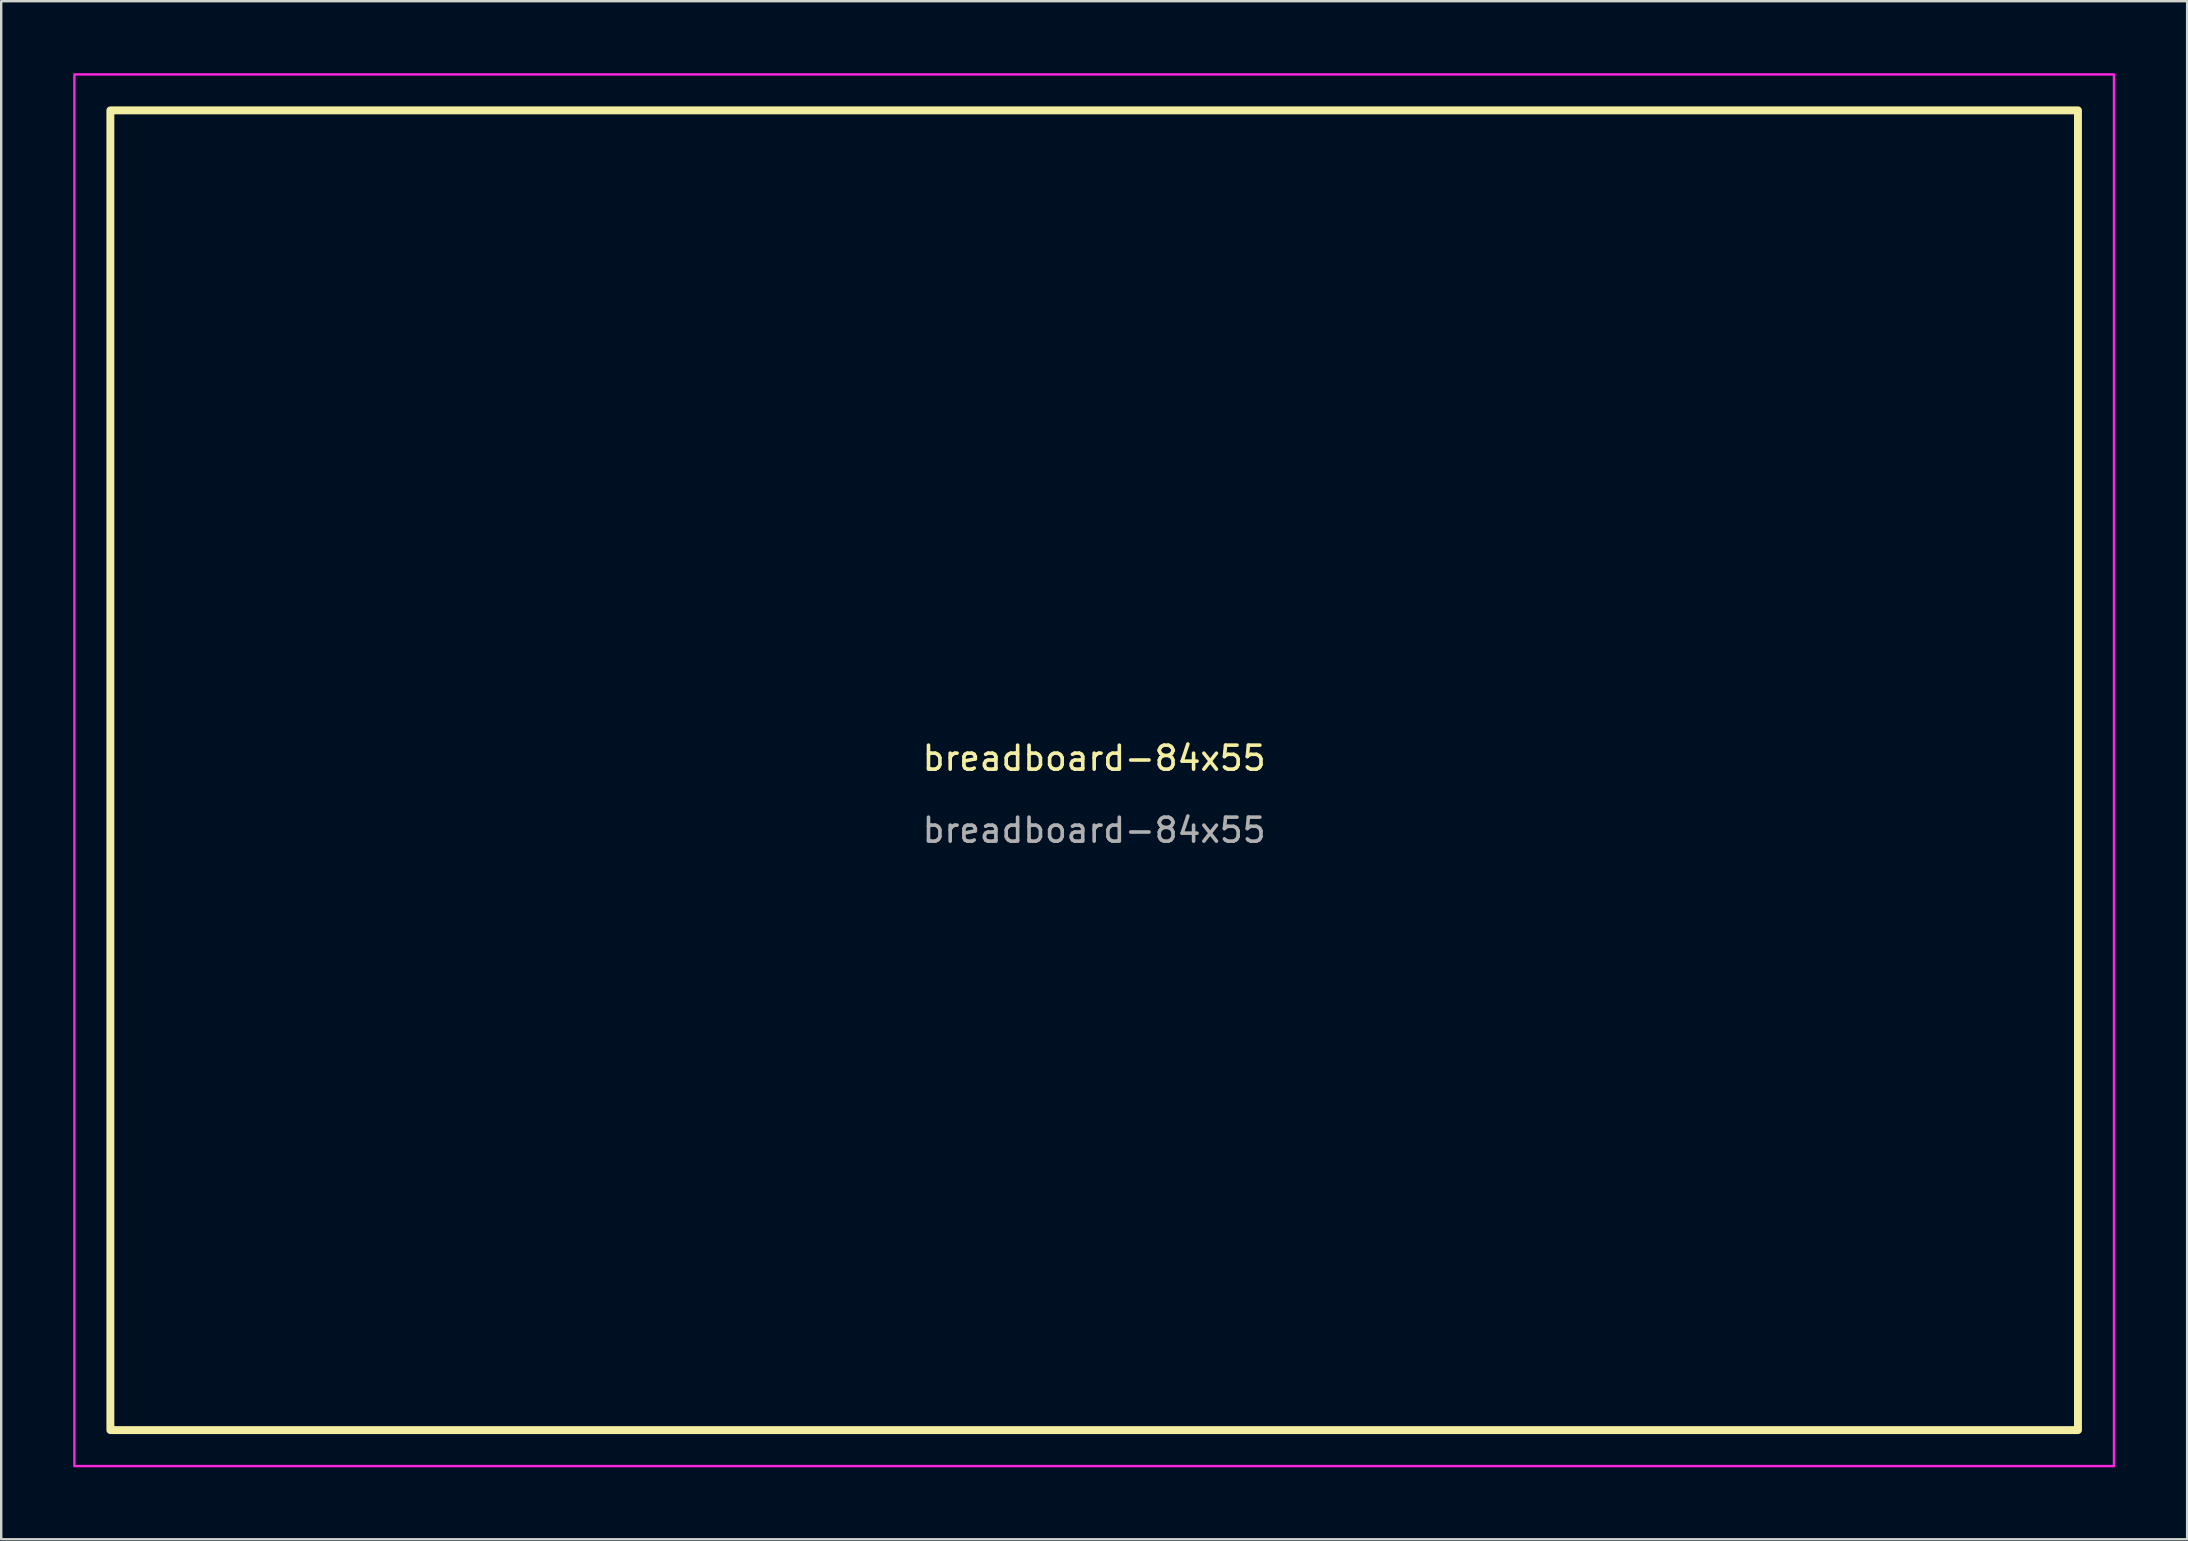
<source format=kicad_pcb>
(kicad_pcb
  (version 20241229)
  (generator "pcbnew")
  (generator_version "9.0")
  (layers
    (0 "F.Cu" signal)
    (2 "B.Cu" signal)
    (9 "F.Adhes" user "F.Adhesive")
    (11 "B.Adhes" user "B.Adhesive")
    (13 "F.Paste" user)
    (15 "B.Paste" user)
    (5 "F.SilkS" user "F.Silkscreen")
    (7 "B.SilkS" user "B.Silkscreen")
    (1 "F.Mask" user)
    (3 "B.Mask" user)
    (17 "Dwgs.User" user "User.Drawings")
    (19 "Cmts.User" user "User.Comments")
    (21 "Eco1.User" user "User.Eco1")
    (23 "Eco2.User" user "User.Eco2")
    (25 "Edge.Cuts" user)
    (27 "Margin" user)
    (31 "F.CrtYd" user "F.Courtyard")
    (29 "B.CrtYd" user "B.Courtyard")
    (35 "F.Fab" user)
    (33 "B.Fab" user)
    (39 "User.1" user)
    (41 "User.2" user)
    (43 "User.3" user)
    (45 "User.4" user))
  (footprint "breadboard-84x55"
    (layer "F.Cu")
    (at 42.55 29.05)
    (property "Reference" "breadboard-84x55" (at 0 -0.5 0) (unlocked yes) (layer "F.SilkS") (effects (font (size 1 1) (thickness 0.15))))
    (attr smd)
    (fp_rect (start -41 -27.5) (end 41 27.5) (stroke (width 0.33) (type default)) (fill no) (layer "F.SilkS"))
    (fp_poly (pts (xy -42.5 -29) (xy 42.5 -29) (xy 42.5 29) (xy -42.5 29)) (stroke (width 0.1) (type solid)) (fill no) (layer "F.CrtYd"))
    (fp_text user "${REFERENCE}" (at 0 2.5 0) (unlocked yes) (layer "F.Fab") (effects (font (size 1 1) (thickness 0.15)))))
  (gr_rect
    (start -3 -3)
    (end 88.1 61.1)
    (stroke (width 0.1) (type default))
    (fill no)
    (layer "Edge.Cuts")))
</source>
